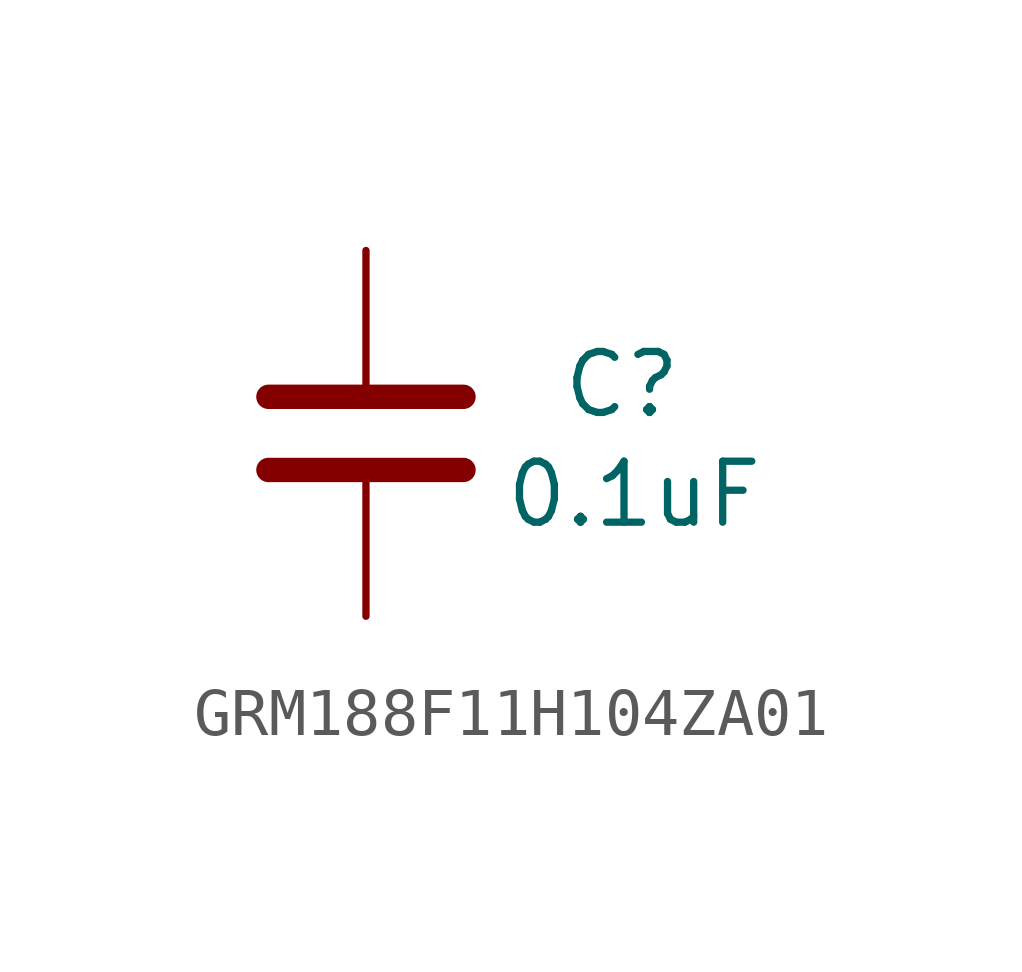
<source format=kicad_sym>
(kicad_symbol_lib
  (version 20241209)
  (generator "kicad_symbol_editor")
  (generator_version "9.0")
  (symbol "GRM188F11H104ZA01"
    (property "Reference" "C"
      (at 5.334 1.016 0)
      (effects (font (size 1.27 1.27))))
    (property "Value" "0.1uF"
      (at 5.588 -1.27 0)
      (effects (font (size 1.27 1.27))))
    (symbol "GRM188F11H104ZA01_0_1"
      (polyline (pts (xy -2.032 0.762) (xy 2.032 0.762)) (stroke (width 0.508) (type default)) (fill (type none)))
      (polyline (pts (xy -2.032 -0.762) (xy 2.032 -0.762)) (stroke (width 0.508) (type default)) (fill (type none))))
    (symbol "GRM188F11H104ZA01_1_1"
      (pin passive line (at 0 3.81 270) (length 2.794) (name "~" (effects (font (size 1.27 1.27)))) (number "1" (effects (font (size 0 0)))))
      (pin passive line (at 0 -3.81 90) (length 2.794) (name "~" (effects (font (size 1.27 1.27)))) (number "2" (effects (font (size 0 0))))))))
</source>
